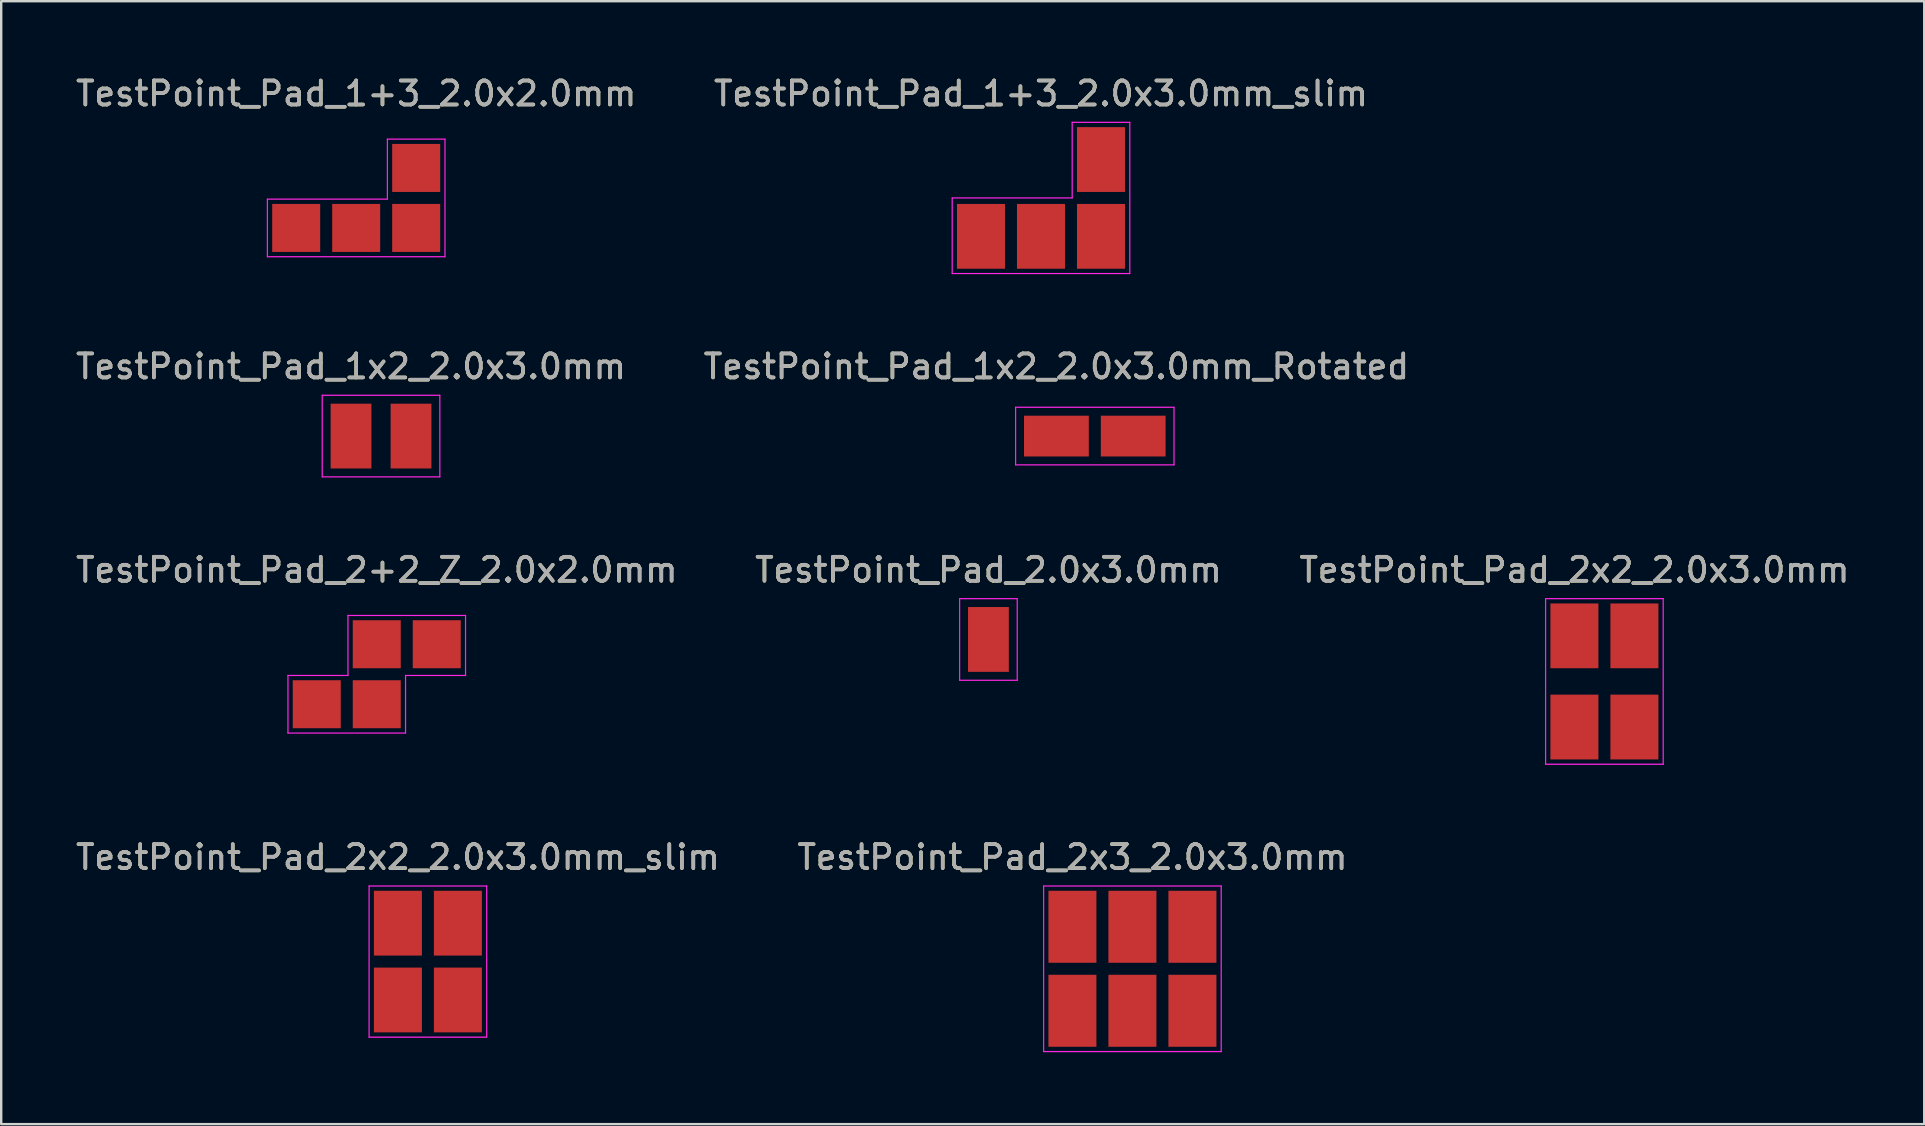
<source format=kicad_pcb>
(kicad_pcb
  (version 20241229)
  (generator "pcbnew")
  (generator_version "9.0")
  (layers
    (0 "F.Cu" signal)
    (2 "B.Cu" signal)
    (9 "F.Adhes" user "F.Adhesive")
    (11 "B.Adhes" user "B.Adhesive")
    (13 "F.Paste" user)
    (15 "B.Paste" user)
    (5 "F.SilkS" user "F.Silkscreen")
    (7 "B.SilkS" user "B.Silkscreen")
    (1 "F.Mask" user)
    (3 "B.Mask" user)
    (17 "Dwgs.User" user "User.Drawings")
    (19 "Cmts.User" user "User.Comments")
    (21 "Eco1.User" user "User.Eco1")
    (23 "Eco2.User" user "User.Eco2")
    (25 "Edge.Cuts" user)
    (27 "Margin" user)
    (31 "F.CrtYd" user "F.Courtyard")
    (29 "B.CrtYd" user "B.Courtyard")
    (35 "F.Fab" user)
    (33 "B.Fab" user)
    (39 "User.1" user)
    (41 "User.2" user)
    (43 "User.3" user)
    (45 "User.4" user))
  (footprint "TestPoint_Pad_2+2_Z_2.0x2.0mm"
    (layer "F.Cu")
    (at 12.649 23.595)
    (property "Reference" "TestPoint_Pad_2+2_Z_2.0x2.0mm" (at 0 -2.898 0) (layer "F.SilkS") (effects (font (size 1 1) (thickness 0.15))))
    (attr exclude_from_pos_files exclude_from_bom)
    (fp_line (start -3.7 1.5) (end -3.7 3.9) (stroke (width 0.05) (type solid)) (layer "F.CrtYd"))
    (fp_line (start -1.2 -1) (end 3.7 -1) (stroke (width 0.05) (type solid)) (layer "F.CrtYd"))
    (fp_line (start -1.2 1.5) (end -3.7 1.5) (stroke (width 0.05) (type solid)) (layer "F.CrtYd"))
    (fp_line (start -1.2 1.5) (end -1.2 -1) (stroke (width 0.05) (type solid)) (layer "F.CrtYd"))
    (fp_line (start 1.2 1.5) (end 3.7 1.5) (stroke (width 0.05) (type solid)) (layer "F.CrtYd"))
    (fp_line (start 1.2 3.9) (end -3.7 3.9) (stroke (width 0.05) (type solid)) (layer "F.CrtYd"))
    (fp_line (start 1.2 3.9) (end 1.2 1.5) (stroke (width 0.05) (type solid)) (layer "F.CrtYd"))
    (fp_line (start 3.7 1.5) (end 3.7 -1) (stroke (width 0.05) (type solid)) (layer "F.CrtYd"))
    (fp_text user "${REFERENCE}" (at 0 -2.9 0) (layer "F.Fab") (effects (font (size 1 1) (thickness 0.15))))
    (pad "1" smd rect (at 2.5 0.2) (size 2 2) (layers "F.Cu" "F.Mask"))
    (pad "2" smd rect (at -2.5 2.7) (size 2 2) (layers "F.Cu" "F.Mask"))
    (pad "3" smd rect (at 0 2.7) (size 2 2) (layers "F.Cu" "F.Mask"))
    (pad "4" smd rect (at 0 0.2) (size 2 2) (layers "F.Cu" "F.Mask")))
  (footprint "TestPoint_Pad_2x3_2.0x3.0mm"
    (layer "F.Cu")
    (at 41.637 35.568)
    (property "Reference" "TestPoint_Pad_2x3_2.0x3.0mm" (at 0 -2.898 0) (layer "F.SilkS") (effects (font (size 1 1) (thickness 0.15))))
    (attr exclude_from_pos_files exclude_from_bom)
    (fp_line (start -1.2 -1.7) (end -1.2 5.2) (stroke (width 0.05) (type solid)) (layer "F.CrtYd"))
    (fp_line (start -1.2 -1.7) (end 6.2 -1.7) (stroke (width 0.05) (type solid)) (layer "F.CrtYd"))
    (fp_line (start 6.2 5.2) (end -1.2 5.2) (stroke (width 0.05) (type solid)) (layer "F.CrtYd"))
    (fp_line (start 6.2 5.2) (end 6.2 -1.7) (stroke (width 0.05) (type solid)) (layer "F.CrtYd"))
    (fp_text user "${REFERENCE}" (at 0 -2.9 0) (layer "F.Fab") (effects (font (size 1 1) (thickness 0.15))))
    (pad "1" smd rect (at 0 3.5) (size 2 3) (layers "F.Cu" "F.Mask"))
    (pad "2" smd rect (at 0 0) (size 2 3) (layers "F.Cu" "F.Mask"))
    (pad "3" smd rect (at 2.5 3.5) (size 2 3) (layers "F.Cu" "F.Mask"))
    (pad "4" smd rect (at 2.5 0) (size 2 3) (layers "F.Cu" "F.Mask"))
    (pad "5" smd rect (at 5 3.5) (size 2 3) (layers "F.Cu" "F.Mask"))
    (pad "6" smd rect (at 5 0) (size 2 3) (layers "F.Cu" "F.Mask")))
  (footprint "TestPoint_Pad_2x2_2.0x3.0mm"
    (layer "F.Cu")
    (at 62.554 23.595)
    (property "Reference" "TestPoint_Pad_2x2_2.0x3.0mm" (at 0 -2.898 0) (layer "F.SilkS") (effects (font (size 1 1) (thickness 0.15))))
    (attr exclude_from_pos_files exclude_from_bom)
    (fp_line (start -1.2 -1.7) (end -1.2 5.2) (stroke (width 0.05) (type solid)) (layer "F.CrtYd"))
    (fp_line (start -1.2 -1.7) (end 3.7 -1.7) (stroke (width 0.05) (type solid)) (layer "F.CrtYd"))
    (fp_line (start 3.7 5.2) (end -1.2 5.2) (stroke (width 0.05) (type solid)) (layer "F.CrtYd"))
    (fp_line (start 3.7 5.2) (end 3.7 -1.7) (stroke (width 0.05) (type solid)) (layer "F.CrtYd"))
    (fp_text user "${REFERENCE}" (at 0 -2.9 0) (layer "F.Fab") (effects (font (size 1 1) (thickness 0.15))))
    (pad "1" smd rect (at 0 -0.15) (size 2 2.7) (layers "F.Cu" "F.Mask"))
    (pad "2" smd rect (at 2.5 -0.15) (size 2 2.7) (layers "F.Cu" "F.Mask"))
    (pad "3" smd rect (at 0 3.65) (size 2 2.7) (layers "F.Cu" "F.Mask"))
    (pad "4" smd rect (at 2.5 3.65) (size 2 2.7) (layers "F.Cu" "F.Mask")))
  (footprint "TestPoint_Pad_1x2_2.0x3.0mm_Rotated"
    (layer "F.Cu")
    (at 40.97 15.121)
    (property "Reference" "TestPoint_Pad_1x2_2.0x3.0mm_Rotated" (at 0 -2.898 0) (layer "F.SilkS") (effects (font (size 1 1) (thickness 0.15))))
    (attr exclude_from_pos_files exclude_from_bom)
    (fp_line (start -1.7 -1.2) (end -1.7 1.2) (stroke (width 0.05) (type solid)) (layer "F.CrtYd"))
    (fp_line (start -1.7 -1.2) (end 4.9 -1.2) (stroke (width 0.05) (type solid)) (layer "F.CrtYd"))
    (fp_line (start 4.9 1.2) (end -1.7 1.2) (stroke (width 0.05) (type solid)) (layer "F.CrtYd"))
    (fp_line (start 4.9 1.2) (end 4.9 -1.2) (stroke (width 0.05) (type solid)) (layer "F.CrtYd"))
    (fp_text user "${REFERENCE}" (at 0 -2.9 0) (layer "F.Fab") (effects (font (size 1 1) (thickness 0.15))))
    (pad "1" smd rect (at 0 0 90) (size 1.7 2.7) (layers "F.Cu" "F.Mask"))
    (pad "2" smd rect (at 3.2 0 90) (size 1.7 2.7) (layers "F.Cu" "F.Mask")))
  (footprint "TestPoint_Pad_2x2_2.0x3.0mm_slim"
    (layer "F.Cu")
    (at 13.53 35.568)
    (property "Reference" "TestPoint_Pad_2x2_2.0x3.0mm_slim" (at 0 -2.898 0) (layer "F.SilkS") (effects (font (size 1 1) (thickness 0.15))))
    (attr exclude_from_pos_files exclude_from_bom)
    (fp_line (start -1.2 -1.7) (end -1.2 4.6) (stroke (width 0.05) (type solid)) (layer "F.CrtYd"))
    (fp_line (start -1.2 -1.7) (end 3.7 -1.7) (stroke (width 0.05) (type solid)) (layer "F.CrtYd"))
    (fp_line (start 3.7 4.6) (end -1.2 4.6) (stroke (width 0.05) (type solid)) (layer "F.CrtYd"))
    (fp_line (start 3.7 4.6) (end 3.7 -1.7) (stroke (width 0.05) (type solid)) (layer "F.CrtYd"))
    (fp_text user "${REFERENCE}" (at 0 -2.9 0) (layer "F.Fab") (effects (font (size 1 1) (thickness 0.15))))
    (pad "1" smd rect (at 0 -0.15) (size 2 2.7) (layers "F.Cu" "F.Mask"))
    (pad "2" smd rect (at 2.5 -0.15) (size 2 2.7) (layers "F.Cu" "F.Mask"))
    (pad "3" smd rect (at 0 3.05) (size 2 2.7) (layers "F.Cu" "F.Mask"))
    (pad "4" smd rect (at 2.5 3.05) (size 2 2.7) (layers "F.Cu" "F.Mask")))
  (footprint "TestPoint_Pad_1x2_2.0x3.0mm"
    (layer "F.Cu")
    (at 11.577 15.121)
    (property "Reference" "TestPoint_Pad_1x2_2.0x3.0mm" (at 0 -2.898 0) (layer "F.SilkS") (effects (font (size 1 1) (thickness 0.15))))
    (attr exclude_from_pos_files exclude_from_bom)
    (fp_line (start -1.2 -1.7) (end -1.2 1.7) (stroke (width 0.05) (type solid)) (layer "F.CrtYd"))
    (fp_line (start -1.2 -1.7) (end 3.7 -1.7) (stroke (width 0.05) (type solid)) (layer "F.CrtYd"))
    (fp_line (start 3.7 1.7) (end -1.2 1.7) (stroke (width 0.05) (type solid)) (layer "F.CrtYd"))
    (fp_line (start 3.7 1.7) (end 3.7 -1.7) (stroke (width 0.05) (type solid)) (layer "F.CrtYd"))
    (fp_text user "${REFERENCE}" (at 0 -2.9 0) (layer "F.Fab") (effects (font (size 1 1) (thickness 0.15))))
    (pad "1" smd rect (at 0 0) (size 1.7 2.7) (layers "F.Cu" "F.Mask"))
    (pad "2" smd rect (at 2.5 0) (size 1.7 2.7) (layers "F.Cu" "F.Mask")))
  (footprint "TestPoint_Pad_1+3_2.0x2.0mm"
    (layer "F.Cu")
    (at 11.792 3.748)
    (property "Reference" "TestPoint_Pad_1+3_2.0x2.0mm" (at 0 -2.898 0) (layer "F.SilkS") (effects (font (size 1 1) (thickness 0.15))))
    (attr exclude_from_pos_files exclude_from_bom)
    (fp_line (start -3.7 1.5) (end -3.7 3.9) (stroke (width 0.05) (type solid)) (layer "F.CrtYd"))
    (fp_line (start 1.3 -1) (end 3.7 -1) (stroke (width 0.05) (type solid)) (layer "F.CrtYd"))
    (fp_line (start 1.3 1.5) (end -3.7 1.5) (stroke (width 0.05) (type solid)) (layer "F.CrtYd"))
    (fp_line (start 1.3 1.5) (end 1.3 -1) (stroke (width 0.05) (type solid)) (layer "F.CrtYd"))
    (fp_line (start 3.7 3.9) (end -3.7 3.9) (stroke (width 0.05) (type solid)) (layer "F.CrtYd"))
    (fp_line (start 3.7 3.9) (end 3.7 -1) (stroke (width 0.05) (type solid)) (layer "F.CrtYd"))
    (fp_text user "${REFERENCE}" (at 0 -2.9 0) (layer "F.Fab") (effects (font (size 1 1) (thickness 0.15))))
    (pad "1" smd rect (at 2.5 0.2) (size 2 2) (layers "F.Cu" "F.Mask"))
    (pad "2" smd rect (at -2.5 2.7) (size 2 2) (layers "F.Cu" "F.Mask"))
    (pad "3" smd rect (at 0 2.7) (size 2 2) (layers "F.Cu" "F.Mask"))
    (pad "4" smd rect (at 2.5 2.7) (size 2 2) (layers "F.Cu" "F.Mask")))
  (footprint "TestPoint_Pad_2.0x3.0mm"
    (layer "F.Cu")
    (at 38.137 23.595)
    (property "Reference" "TestPoint_Pad_2.0x3.0mm" (at 0 -2.898 0) (layer "F.SilkS") (effects (font (size 1 1) (thickness 0.15))))
    (attr exclude_from_pos_files exclude_from_bom)
    (fp_line (start -1.2 -1.7) (end -1.2 1.7) (stroke (width 0.05) (type solid)) (layer "F.CrtYd"))
    (fp_line (start -1.2 -1.7) (end 1.2 -1.7) (stroke (width 0.05) (type solid)) (layer "F.CrtYd"))
    (fp_line (start 1.2 1.7) (end -1.2 1.7) (stroke (width 0.05) (type solid)) (layer "F.CrtYd"))
    (fp_line (start 1.2 1.7) (end 1.2 -1.7) (stroke (width 0.05) (type solid)) (layer "F.CrtYd"))
    (fp_text user "${REFERENCE}" (at 0 -2.9 0) (layer "F.Fab") (effects (font (size 1 1) (thickness 0.15))))
    (pad "1" smd rect (at 0 0) (size 1.7 2.7) (layers "F.Cu" "F.Mask" "F.Paste")))
  (footprint "TestPoint_Pad_1+3_2.0x3.0mm_slim"
    (layer "F.Cu")
    (at 40.327 3.748)
    (property "Reference" "TestPoint_Pad_1+3_2.0x3.0mm_slim" (at 0 -2.898 0) (layer "F.SilkS") (effects (font (size 1 1) (thickness 0.15))))
    (attr exclude_from_pos_files exclude_from_bom)
    (fp_line (start -3.7 1.45) (end -3.7 4.6) (stroke (width 0.05) (type solid)) (layer "F.CrtYd"))
    (fp_line (start 1.3 -1.7) (end 3.7 -1.7) (stroke (width 0.05) (type solid)) (layer "F.CrtYd"))
    (fp_line (start 1.3 1.45) (end -3.7 1.45) (stroke (width 0.05) (type solid)) (layer "F.CrtYd"))
    (fp_line (start 1.3 1.45) (end 1.3 -1.7) (stroke (width 0.05) (type solid)) (layer "F.CrtYd"))
    (fp_line (start 3.7 4.6) (end -3.7 4.6) (stroke (width 0.05) (type solid)) (layer "F.CrtYd"))
    (fp_line (start 3.7 4.6) (end 3.7 -1.7) (stroke (width 0.05) (type solid)) (layer "F.CrtYd"))
    (fp_text user "${REFERENCE}" (at 0 -2.9 0) (layer "F.Fab") (effects (font (size 1 1) (thickness 0.15))))
    (pad "1" smd rect (at 2.5 -0.15) (size 2 2.7) (layers "F.Cu" "F.Mask"))
    (pad "2" smd rect (at -2.5 3.05) (size 2 2.7) (layers "F.Cu" "F.Mask"))
    (pad "3" smd rect (at 0 3.05) (size 2 2.7) (layers "F.Cu" "F.Mask"))
    (pad "4" smd rect (at 2.5 3.05) (size 2 2.7) (layers "F.Cu" "F.Mask")))
  (gr_rect
    (start -3 -3)
    (end 77.131 43.793)
    (stroke (width 0.1) (type default))
    (fill no)
    (layer "Edge.Cuts")))
</source>
